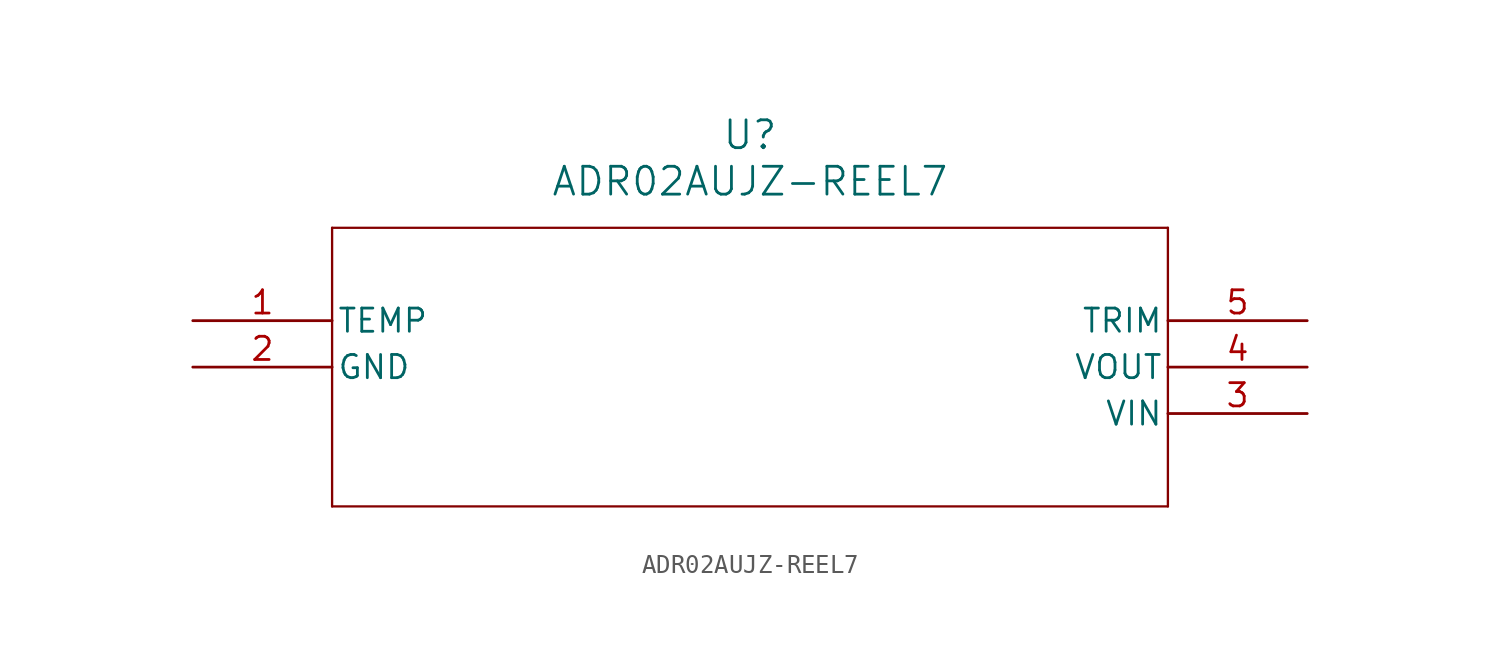
<source format=kicad_sym>
(kicad_symbol_lib
  (version 20211014)
  (generator kicad_symbol_editor)
  (symbol "ADR02AUJZ-REEL7"
    (pin_names
      (offset 0.254))
    (property "Reference" "U"
      (at 30.48 10.16 0)
      (effects (font (size 1.524 1.524))))
    (property "Value" "ADR02AUJZ-REEL7"
      (at 30.48 7.62 0)
      (effects (font (size 1.524 1.524))))
    (symbol "ADR02AUJZ-REEL7_0_1"
      (polyline (pts (xy 7.62 5.08) (xy 7.62 -10.16)) (stroke (width 0.127) (type default) (color 0 0 0 0)) (fill (type none)))
      (polyline (pts (xy 7.62 -10.16) (xy 53.34 -10.16)) (stroke (width 0.127) (type default) (color 0 0 0 0)) (fill (type none)))
      (polyline (pts (xy 53.34 -10.16) (xy 53.34 5.08)) (stroke (width 0.127) (type default) (color 0 0 0 0)) (fill (type none)))
      (polyline (pts (xy 53.34 5.08) (xy 7.62 5.08)) (stroke (width 0.127) (type default) (color 0 0 0 0)) (fill (type none)))
      (pin unspecified line (at 0 0 0) (length 7.62) (name "TEMP" (effects (font (size 1.27 1.27)))) (number "1" (effects (font (size 1.27 1.27)))))
      (pin unspecified line (at 0 -2.54 0) (length 7.62) (name "GND" (effects (font (size 1.27 1.27)))) (number "2" (effects (font (size 1.27 1.27)))))
      (pin unspecified line (at 60.96 -5.08 180) (length 7.62) (name "VIN" (effects (font (size 1.27 1.27)))) (number "3" (effects (font (size 1.27 1.27)))))
      (pin unspecified line (at 60.96 -2.54 180) (length 7.62) (name "VOUT" (effects (font (size 1.27 1.27)))) (number "4" (effects (font (size 1.27 1.27)))))
      (pin unspecified line (at 60.96 0 180) (length 7.62) (name "TRIM" (effects (font (size 1.27 1.27)))) (number "5" (effects (font (size 1.27 1.27))))))))
</source>
